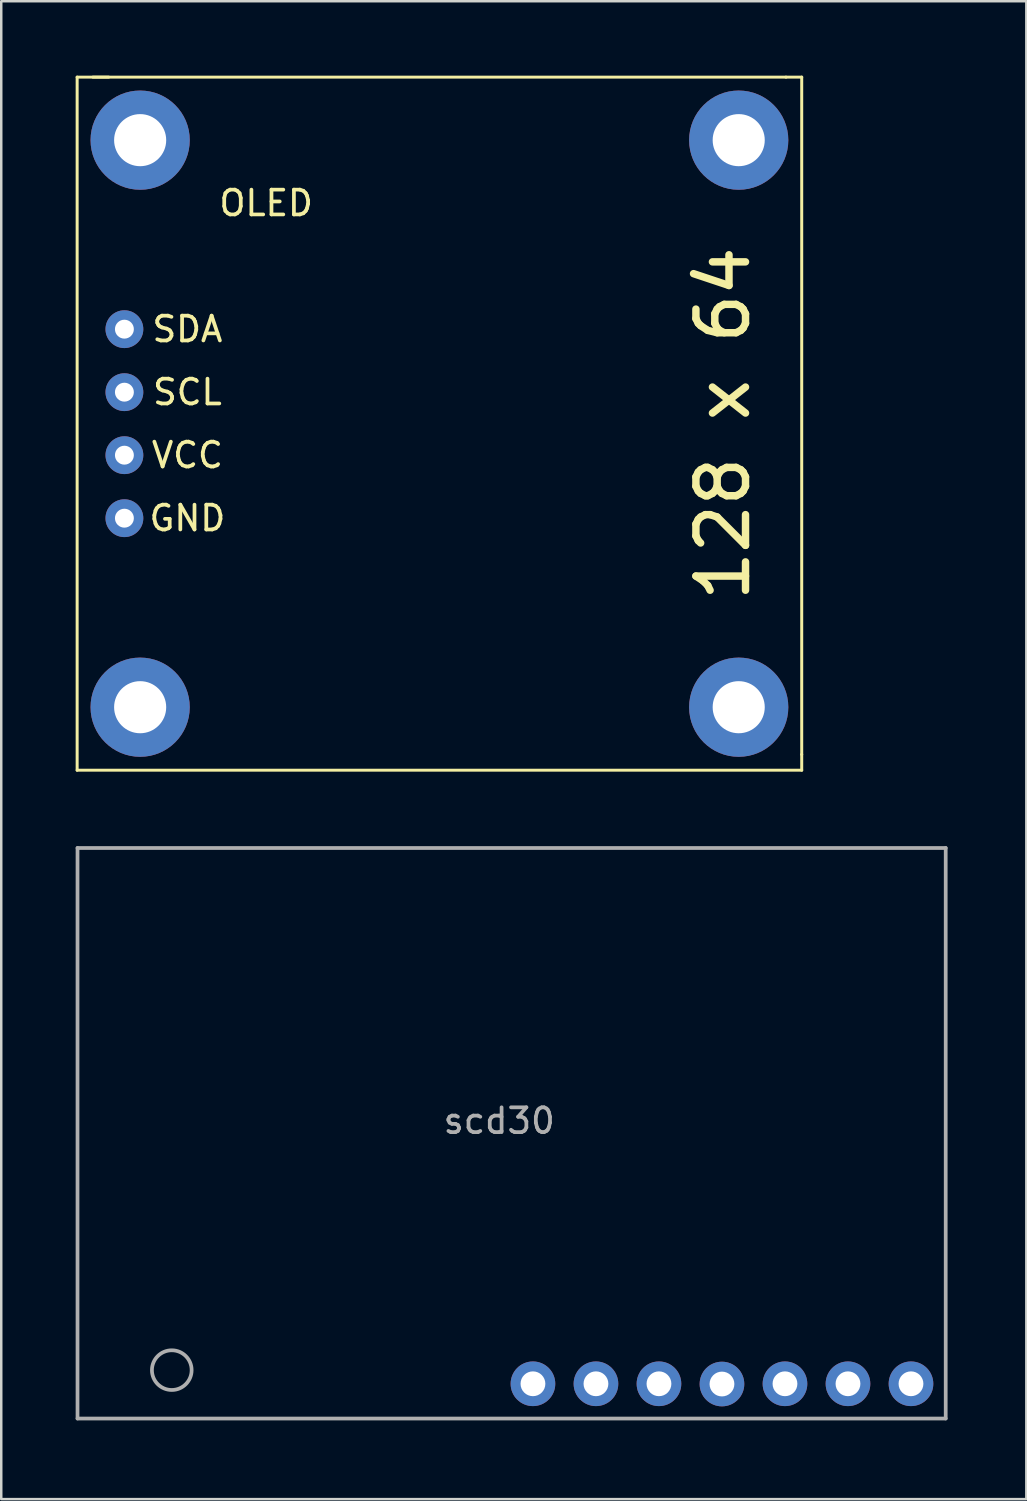
<source format=kicad_pcb>
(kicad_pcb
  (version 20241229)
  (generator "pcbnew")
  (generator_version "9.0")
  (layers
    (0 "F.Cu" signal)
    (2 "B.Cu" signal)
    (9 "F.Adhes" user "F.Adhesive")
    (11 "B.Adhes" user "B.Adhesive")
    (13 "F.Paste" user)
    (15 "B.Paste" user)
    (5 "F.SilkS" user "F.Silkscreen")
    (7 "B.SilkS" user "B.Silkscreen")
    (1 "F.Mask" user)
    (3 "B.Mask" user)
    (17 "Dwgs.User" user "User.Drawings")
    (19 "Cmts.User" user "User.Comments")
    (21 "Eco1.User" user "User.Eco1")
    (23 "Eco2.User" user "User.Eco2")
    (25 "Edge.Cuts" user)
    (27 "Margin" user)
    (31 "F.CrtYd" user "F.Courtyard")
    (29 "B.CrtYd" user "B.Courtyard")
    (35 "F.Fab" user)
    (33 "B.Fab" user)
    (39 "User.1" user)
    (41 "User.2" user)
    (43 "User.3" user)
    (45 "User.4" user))
  (footprint "scd30"
    (layer "F.Cu")
    (at 35.075 54.135)
    (property "Reference" "scd30" (at -18 -12 0) (layer "F.Fab") (effects (font (size 1 1) (thickness 0.15))))
    (attr through_hole)
    (fp_line (start -35 -23) (end 0 -23) (stroke (width 0.15) (type solid)) (layer "F.Fab"))
    (fp_line (start -35 0) (end -35 -23) (stroke (width 0.15) (type solid)) (layer "F.Fab"))
    (fp_line (start 0 -23) (end 0 0) (stroke (width 0.15) (type solid)) (layer "F.Fab"))
    (fp_line (start 0 0) (end -35 0) (stroke (width 0.15) (type solid)) (layer "F.Fab"))
    (fp_circle (center -31.2 -1.95) (end -32 -1.95) (stroke (width 0.15) (type solid)) (fill no) (layer "F.Fab"))
    (pad "1" thru_hole circle (at -1.4 -1.4) (size 1.8 1.8) (drill 1) (layers "*.Cu" "*.Mask"))
    (pad "2" thru_hole circle (at -3.94 -1.4) (size 1.8 1.8) (drill 1) (layers "*.Cu" "*.Mask"))
    (pad "3" thru_hole circle (at -6.48 -1.4) (size 1.8 1.8) (drill 1) (layers "*.Cu" "*.Mask"))
    (pad "4" thru_hole circle (at -9.02 -1.39) (size 1.8 1.8) (drill 1) (layers "*.Cu" "*.Mask"))
    (pad "5" thru_hole circle (at -11.56 -1.4) (size 1.8 1.8) (drill 1) (layers "*.Cu" "*.Mask"))
    (pad "6" thru_hole circle (at -14.1 -1.4) (size 1.8 1.8) (drill 1) (layers "*.Cu" "*.Mask"))
    (pad "7" thru_hole circle (at -16.64 -1.4) (size 1.8 1.8) (drill 1) (layers "*.Cu" "*.Mask")))
  (footprint "OLED"
    (layer "F.Cu")
    (at 17.84 25.46)
    (property "Reference" "OLED" (at -10.16 -20.32 0) (layer "F.SilkS") (effects (font (size 1 1) (thickness 0.15))))
    (attr through_hole)
    (fp_line (start -17.78 -25.4) (end -16.51 -25.4) (stroke (width 0.12) (type solid)) (layer "F.SilkS"))
    (fp_line (start -17.78 2.54) (end -17.78 -25.4) (stroke (width 0.12) (type solid)) (layer "F.SilkS"))
    (fp_line (start -17.145 -25.4) (end 10.795 -25.4) (stroke (width 0.12) (type solid)) (layer "F.SilkS"))
    (fp_line (start 10.795 -25.4) (end 11.43 -25.4) (stroke (width 0.12) (type solid)) (layer "F.SilkS"))
    (fp_line (start 11.43 -25.4) (end 11.43 1.905) (stroke (width 0.12) (type solid)) (layer "F.SilkS"))
    (fp_line (start 11.43 1.905) (end 11.43 2.54) (stroke (width 0.12) (type solid)) (layer "F.SilkS"))
    (fp_line (start 11.43 2.54) (end -17.78 2.54) (stroke (width 0.12) (type solid)) (layer "F.SilkS"))
    (fp_text user "GND" (at -13.335 -7.62 0) (layer "F.SilkS") (effects (font (size 1 1) (thickness 0.15))))
    (fp_text user "128 x 64" (at 8.255 -11.43 90) (layer "F.SilkS") (effects (font (size 2 2) (thickness 0.3))))
    (fp_text user "SDA" (at -13.335 -15.24 0) (layer "F.SilkS") (effects (font (size 1 1) (thickness 0.15))))
    (fp_text user "SCL" (at -13.335 -12.7 0) (layer "F.SilkS") (effects (font (size 1 1) (thickness 0.15))))
    (fp_text user "VCC" (at -13.335 -10.16 0) (layer "F.SilkS") (effects (font (size 1 1) (thickness 0.15))))
    (pad "" thru_hole circle (at -15.24 -22.86) (size 4 4) (drill 2.1) (layers "*.Cu" "*.Mask"))
    (pad "" thru_hole circle (at -15.24 0) (size 4 4) (drill 2.1) (layers "*.Cu" "*.Mask"))
    (pad "" thru_hole circle (at 8.89 -22.86) (size 4 4) (drill 2.1) (layers "*.Cu" "*.Mask"))
    (pad "" thru_hole circle (at 8.89 0) (size 4 4) (drill 2.1) (layers "*.Cu" "*.Mask"))
    (pad "1" thru_hole circle (at -15.875 -15.24) (size 1.524 1.524) (drill 0.762) (layers "*.Cu" "*.Mask"))
    (pad "2" thru_hole circle (at -15.875 -12.7) (size 1.524 1.524) (drill 0.762) (layers "*.Cu" "*.Mask"))
    (pad "3" thru_hole circle (at -15.875 -10.16) (size 1.524 1.524) (drill 0.762) (layers "*.Cu" "*.Mask"))
    (pad "4" thru_hole circle (at -15.875 -7.62) (size 1.524 1.524) (drill 0.762) (layers "*.Cu" "*.Mask")))
  (gr_rect
    (start -3 -3)
    (end 38.325 57.385)
    (stroke (width 0.1) (type default))
    (fill no)
    (layer "Edge.Cuts")))
</source>
